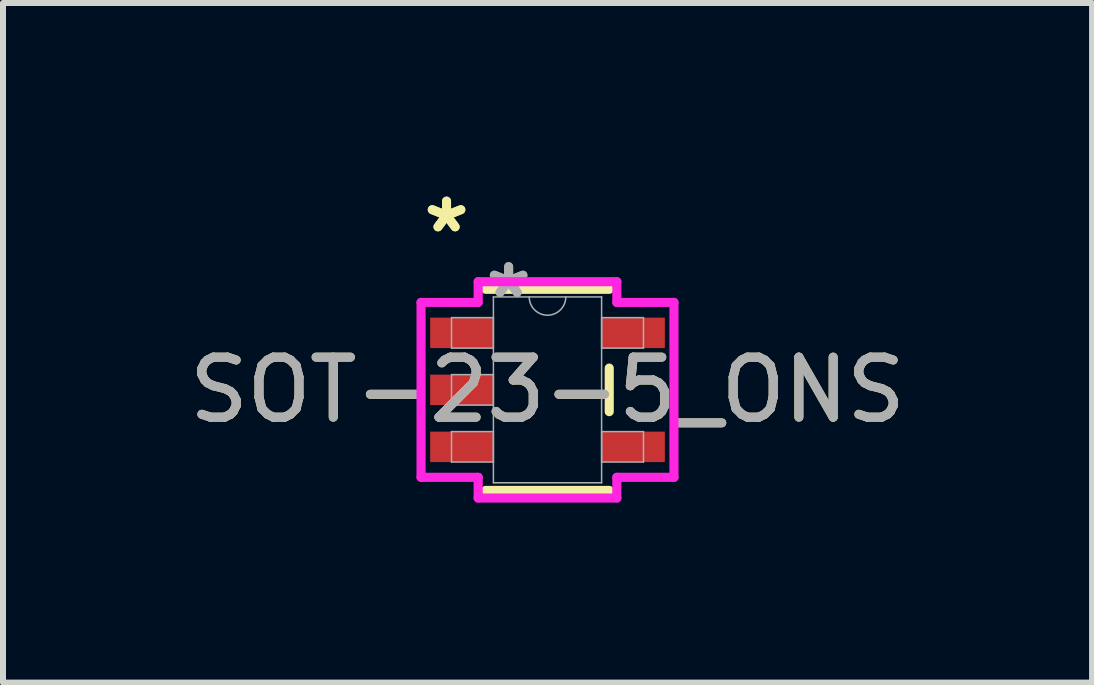
<source format=kicad_pcb>
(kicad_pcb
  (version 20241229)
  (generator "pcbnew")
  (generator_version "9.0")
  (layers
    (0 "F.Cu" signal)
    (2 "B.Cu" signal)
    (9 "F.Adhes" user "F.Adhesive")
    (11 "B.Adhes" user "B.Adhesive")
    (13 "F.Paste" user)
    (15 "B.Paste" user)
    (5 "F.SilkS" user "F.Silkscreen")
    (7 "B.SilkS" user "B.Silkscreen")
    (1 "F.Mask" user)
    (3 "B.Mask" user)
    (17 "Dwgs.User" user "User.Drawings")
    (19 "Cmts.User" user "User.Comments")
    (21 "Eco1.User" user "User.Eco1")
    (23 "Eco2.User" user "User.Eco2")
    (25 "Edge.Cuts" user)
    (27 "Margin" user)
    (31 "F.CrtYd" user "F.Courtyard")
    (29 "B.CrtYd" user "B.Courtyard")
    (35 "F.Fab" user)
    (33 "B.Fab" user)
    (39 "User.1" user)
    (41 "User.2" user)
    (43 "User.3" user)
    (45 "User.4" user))
  (footprint "SOT-23-5_ONS"
    (layer "F.Cu")
    (at 6.077 3.449)
    (property "Reference" "SOT-23-5_ONS" (at 0 0 0) (unlocked yes) (layer "F.SilkS") (effects (font (size 1 1) (thickness 0.15))))
    (attr smd)
    (fp_line (start -1.029 1.676) (end 1.029 1.676) (stroke (width 0.152) (type solid)) (layer "F.SilkS"))
    (fp_line (start 1.029 -1.676) (end -1.029 -1.676) (stroke (width 0.152) (type solid)) (layer "F.SilkS"))
    (fp_line (start 1.029 0.363) (end 1.029 -0.363) (stroke (width 0.152) (type solid)) (layer "F.SilkS"))
    (fp_line (start -2.108 -1.458) (end -1.156 -1.458) (stroke (width 0.152) (type solid)) (layer "F.CrtYd"))
    (fp_line (start -2.108 1.458) (end -2.108 -1.458) (stroke (width 0.152) (type solid)) (layer "F.CrtYd"))
    (fp_line (start -1.156 -1.803) (end 1.156 -1.803) (stroke (width 0.152) (type solid)) (layer "F.CrtYd"))
    (fp_line (start -1.156 -1.458) (end -1.156 -1.803) (stroke (width 0.152) (type solid)) (layer "F.CrtYd"))
    (fp_line (start -1.156 1.458) (end -2.108 1.458) (stroke (width 0.152) (type solid)) (layer "F.CrtYd"))
    (fp_line (start -1.156 1.803) (end -1.156 1.458) (stroke (width 0.152) (type solid)) (layer "F.CrtYd"))
    (fp_line (start 1.156 -1.803) (end 1.156 -1.458) (stroke (width 0.152) (type solid)) (layer "F.CrtYd"))
    (fp_line (start 1.156 -1.458) (end 2.108 -1.458) (stroke (width 0.152) (type solid)) (layer "F.CrtYd"))
    (fp_line (start 1.156 1.458) (end 1.156 1.803) (stroke (width 0.152) (type solid)) (layer "F.CrtYd"))
    (fp_line (start 1.156 1.803) (end -1.156 1.803) (stroke (width 0.152) (type solid)) (layer "F.CrtYd"))
    (fp_line (start 2.108 -1.458) (end 2.108 1.458) (stroke (width 0.152) (type solid)) (layer "F.CrtYd"))
    (fp_line (start 2.108 1.458) (end 1.156 1.458) (stroke (width 0.152) (type solid)) (layer "F.CrtYd"))
    (fp_line (start -1.6 -1.204) (end -1.6 -0.696) (stroke (width 0.025) (type solid)) (layer "F.Fab"))
    (fp_line (start -1.6 -0.696) (end -0.902 -0.696) (stroke (width 0.025) (type solid)) (layer "F.Fab"))
    (fp_line (start -1.6 -0.254) (end -1.6 0.254) (stroke (width 0.025) (type solid)) (layer "F.Fab"))
    (fp_line (start -1.6 0.254) (end -0.902 0.254) (stroke (width 0.025) (type solid)) (layer "F.Fab"))
    (fp_line (start -1.6 0.696) (end -1.6 1.204) (stroke (width 0.025) (type solid)) (layer "F.Fab"))
    (fp_line (start -1.6 1.204) (end -0.902 1.204) (stroke (width 0.025) (type solid)) (layer "F.Fab"))
    (fp_line (start -0.902 -1.549) (end -0.902 1.549) (stroke (width 0.025) (type solid)) (layer "F.Fab"))
    (fp_line (start -0.902 -1.204) (end -1.6 -1.204) (stroke (width 0.025) (type solid)) (layer "F.Fab"))
    (fp_line (start -0.902 -0.696) (end -0.902 -1.204) (stroke (width 0.025) (type solid)) (layer "F.Fab"))
    (fp_line (start -0.902 -0.254) (end -1.6 -0.254) (stroke (width 0.025) (type solid)) (layer "F.Fab"))
    (fp_line (start -0.902 0.254) (end -0.902 -0.254) (stroke (width 0.025) (type solid)) (layer "F.Fab"))
    (fp_line (start -0.902 0.696) (end -1.6 0.696) (stroke (width 0.025) (type solid)) (layer "F.Fab"))
    (fp_line (start -0.902 1.204) (end -0.902 0.696) (stroke (width 0.025) (type solid)) (layer "F.Fab"))
    (fp_line (start -0.902 1.549) (end 0.902 1.549) (stroke (width 0.025) (type solid)) (layer "F.Fab"))
    (fp_line (start 0.902 -1.549) (end -0.902 -1.549) (stroke (width 0.025) (type solid)) (layer "F.Fab"))
    (fp_line (start 0.902 -1.204) (end 0.902 -0.696) (stroke (width 0.025) (type solid)) (layer "F.Fab"))
    (fp_line (start 0.902 -0.696) (end 1.6 -0.696) (stroke (width 0.025) (type solid)) (layer "F.Fab"))
    (fp_line (start 0.902 0.696) (end 0.902 1.204) (stroke (width 0.025) (type solid)) (layer "F.Fab"))
    (fp_line (start 0.902 1.204) (end 1.6 1.204) (stroke (width 0.025) (type solid)) (layer "F.Fab"))
    (fp_line (start 0.902 1.549) (end 0.902 -1.549) (stroke (width 0.025) (type solid)) (layer "F.Fab"))
    (fp_line (start 1.6 -1.204) (end 0.902 -1.204) (stroke (width 0.025) (type solid)) (layer "F.Fab"))
    (fp_line (start 1.6 -0.696) (end 1.6 -1.204) (stroke (width 0.025) (type solid)) (layer "F.Fab"))
    (fp_line (start 1.6 0.696) (end 0.902 0.696) (stroke (width 0.025) (type solid)) (layer "F.Fab"))
    (fp_line (start 1.6 1.204) (end 1.6 0.696) (stroke (width 0.025) (type solid)) (layer "F.Fab"))
    (fp_arc (start 0.3048 -1.5494) (mid 0 -1.2446) (end -0.3048 -1.5494) (stroke (width 0.0254) (type solid)) (layer "F.Fab"))
    (fp_text user "*" (at -1.683 -2.601 0) (layer "F.SilkS") (effects (font (size 1 1) (thickness 0.15))))
    (fp_text user "*" (at -1.683 -2.601 0) (unlocked yes) (layer "F.SilkS") (effects (font (size 1 1) (thickness 0.15))))
    (fp_text user "*" (at -0.648 -1.509 0) (layer "F.Fab") (effects (font (size 1 1) (thickness 0.15))))
    (fp_text user "${REFERENCE}" (at 0 0 0) (unlocked yes) (layer "F.Fab") (effects (font (size 1 1) (thickness 0.15))))
    (fp_text user "*" (at -0.648 -1.509 0) (unlocked yes) (layer "F.Fab") (effects (font (size 1 1) (thickness 0.15))))
    (pad "1" smd rect (at -1.429 -0.95) (size 1.054 0.508) (layers "F.Cu" "F.Mask" "F.Paste"))
    (pad "2" smd rect (at -1.429 0) (size 1.054 0.508) (layers "F.Cu" "F.Mask" "F.Paste"))
    (pad "3" smd rect (at -1.429 0.95) (size 1.054 0.508) (layers "F.Cu" "F.Mask" "F.Paste"))
    (pad "4" smd rect (at 1.429 0.95) (size 1.054 0.508) (layers "F.Cu" "F.Mask" "F.Paste"))
    (pad "5" smd rect (at 1.429 -0.95) (size 1.054 0.508) (layers "F.Cu" "F.Mask" "F.Paste")))
  (gr_rect
    (start -3 -3)
    (end 15.155 8.329)
    (stroke (width 0.1) (type default))
    (fill no)
    (layer "Edge.Cuts")))
</source>
